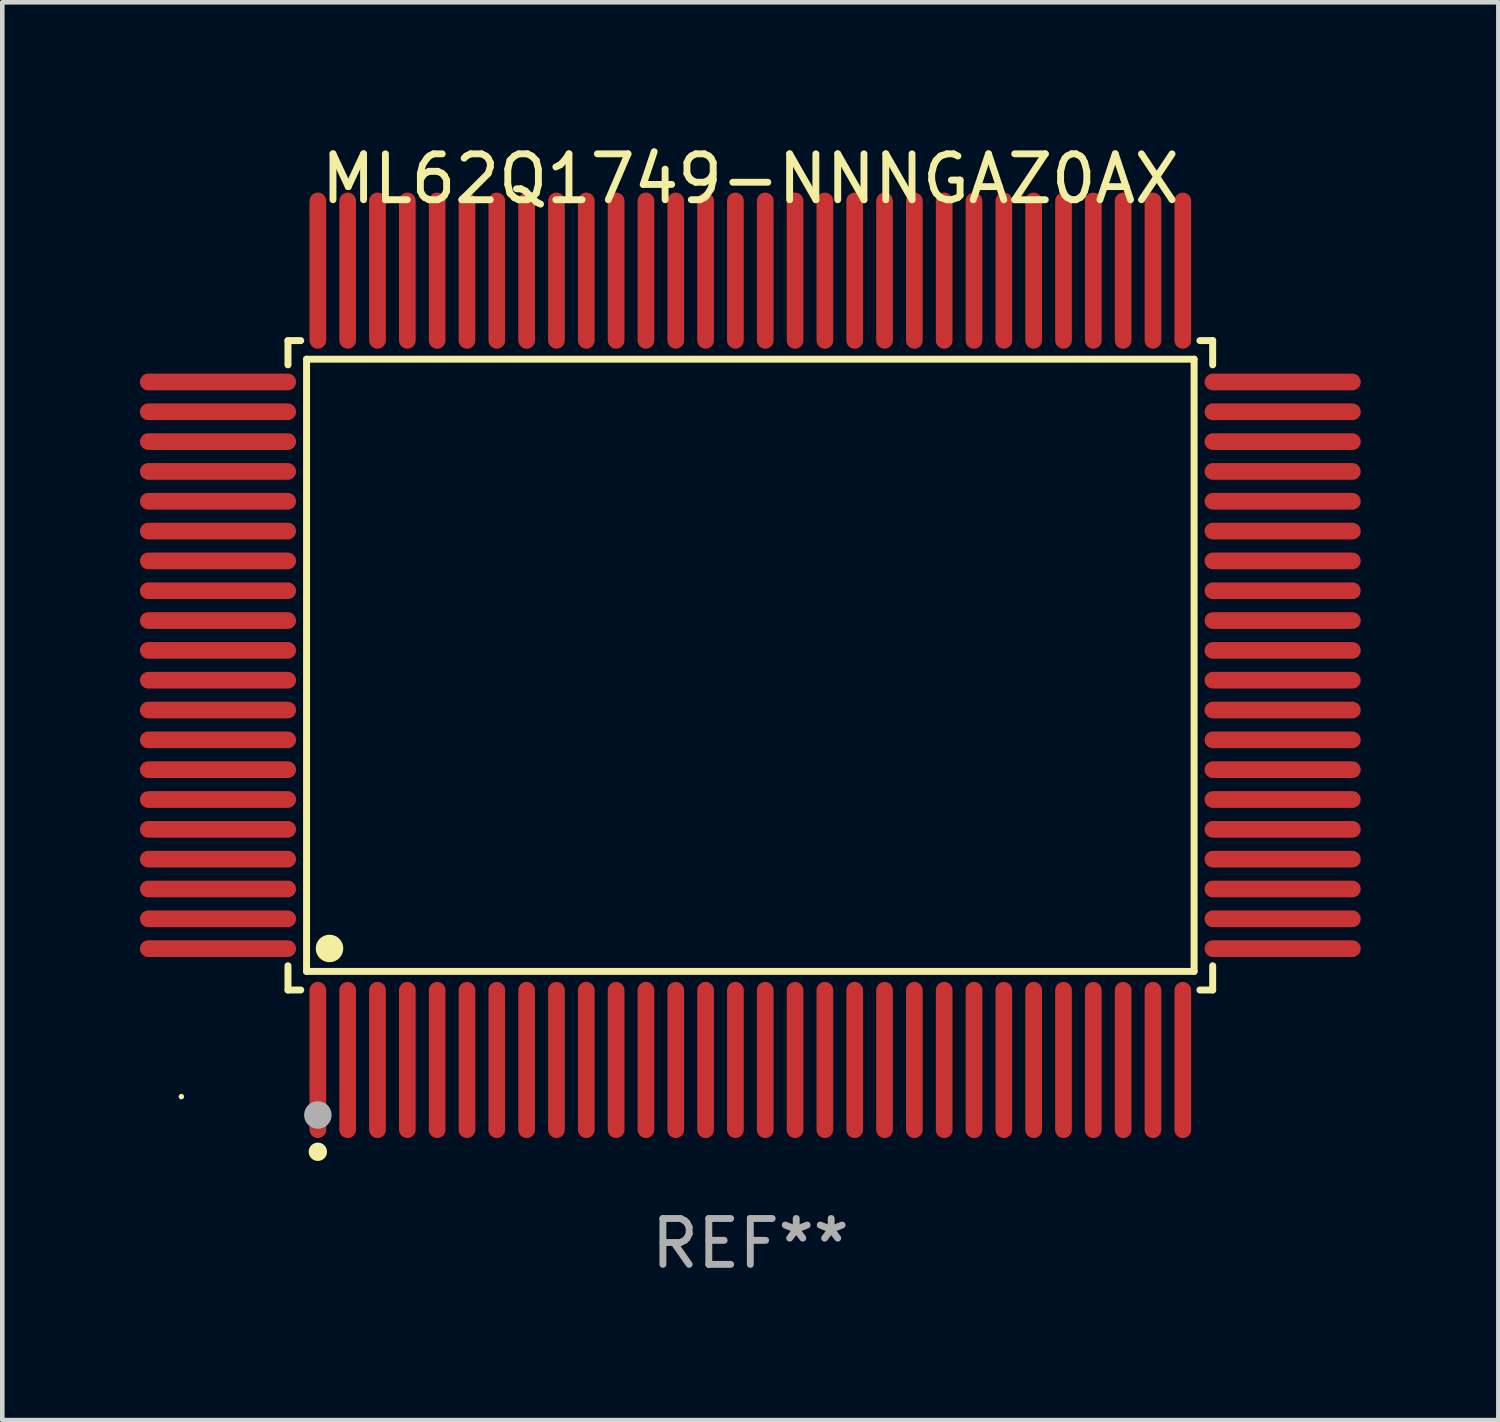
<source format=kicad_pcb>
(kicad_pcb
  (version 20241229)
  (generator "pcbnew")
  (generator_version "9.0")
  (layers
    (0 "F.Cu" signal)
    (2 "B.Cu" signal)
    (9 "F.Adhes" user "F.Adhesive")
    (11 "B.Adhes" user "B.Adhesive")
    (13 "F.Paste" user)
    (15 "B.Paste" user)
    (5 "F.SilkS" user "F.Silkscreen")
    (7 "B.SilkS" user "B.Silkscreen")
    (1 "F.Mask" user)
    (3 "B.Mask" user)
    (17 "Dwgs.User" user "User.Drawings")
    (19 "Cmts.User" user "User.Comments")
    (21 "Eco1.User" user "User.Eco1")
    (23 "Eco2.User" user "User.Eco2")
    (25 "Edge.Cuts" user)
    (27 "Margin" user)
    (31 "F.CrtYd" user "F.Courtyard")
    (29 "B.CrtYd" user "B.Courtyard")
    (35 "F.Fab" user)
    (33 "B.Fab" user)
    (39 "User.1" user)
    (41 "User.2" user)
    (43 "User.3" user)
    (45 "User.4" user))
  (footprint "ML62Q1749-NNNGAZ0AX"
    (layer "F.Cu")
    (at 13.302 11.449)
    (property "Reference" "ML62Q1749-NNNGAZ0AX" (at 0 -10.601 0) (layer "F.SilkS") (effects (font (size 1 1) (thickness 0.15))))
    (attr through_hole)
    (fp_line (start -10.076 -7.076) (end -9.798 -7.076) (stroke (width 0.152) (type solid)) (layer "F.SilkS"))
    (fp_line (start -10.076 -6.548) (end -10.076 -7.076) (stroke (width 0.152) (type solid)) (layer "F.SilkS"))
    (fp_line (start -10.076 6.548) (end -10.076 7.076) (stroke (width 0.152) (type solid)) (layer "F.SilkS"))
    (fp_line (start -10.076 7.076) (end -9.798 7.076) (stroke (width 0.152) (type solid)) (layer "F.SilkS"))
    (fp_line (start -9.671 -6.671) (end 9.671 -6.671) (stroke (width 0.152) (type solid)) (layer "F.SilkS"))
    (fp_line (start -9.671 6.671) (end -9.671 -6.671) (stroke (width 0.152) (type solid)) (layer "F.SilkS"))
    (fp_line (start 9.671 -6.671) (end 9.671 6.671) (stroke (width 0.152) (type solid)) (layer "F.SilkS"))
    (fp_line (start 9.671 6.671) (end -9.671 6.671) (stroke (width 0.152) (type solid)) (layer "F.SilkS"))
    (fp_line (start 10.076 -7.076) (end 9.798 -7.076) (stroke (width 0.152) (type solid)) (layer "F.SilkS"))
    (fp_line (start 10.076 -6.548) (end 10.076 -7.076) (stroke (width 0.152) (type solid)) (layer "F.SilkS"))
    (fp_line (start 10.076 6.548) (end 10.076 7.076) (stroke (width 0.152) (type solid)) (layer "F.SilkS"))
    (fp_line (start 10.076 7.076) (end 9.798 7.076) (stroke (width 0.152) (type solid)) (layer "F.SilkS"))
    (fp_circle (center -12.4 9.4) (end -12.37 9.4) (stroke (width 0.06) (type solid)) (fill no) (layer "F.SilkS"))
    (fp_circle (center -9.425 10.602) (end -9.325 10.602) (stroke (width 0.2) (type solid)) (fill no) (layer "F.SilkS"))
    (fp_circle (center -9.171 6.171) (end -9.021 6.171) (stroke (width 0.3) (type solid)) (fill no) (layer "F.SilkS"))
    (fp_circle (center -9.425 9.8) (end -9.275 9.8) (stroke (width 0.3) (type solid)) (fill no) (layer "F.Fab"))
    (fp_text user "REF**" (at 0 12.601 0) (layer "F.Fab") (effects (font (size 1 1) (thickness 0.15))))
    (pad "1" smd oval (at -9.425 8.601) (size 0.364 3.402) (layers "F.Cu" "F.Mask" "F.Paste"))
    (pad "2" smd oval (at -8.775 8.601) (size 0.364 3.402) (layers "F.Cu" "F.Mask" "F.Paste"))
    (pad "3" smd oval (at -8.125 8.601) (size 0.364 3.402) (layers "F.Cu" "F.Mask" "F.Paste"))
    (pad "4" smd oval (at -7.475 8.601) (size 0.364 3.402) (layers "F.Cu" "F.Mask" "F.Paste"))
    (pad "5" smd oval (at -6.825 8.601) (size 0.364 3.402) (layers "F.Cu" "F.Mask" "F.Paste"))
    (pad "6" smd oval (at -6.175 8.601) (size 0.364 3.402) (layers "F.Cu" "F.Mask" "F.Paste"))
    (pad "7" smd oval (at -5.525 8.601) (size 0.364 3.402) (layers "F.Cu" "F.Mask" "F.Paste"))
    (pad "8" smd oval (at -4.875 8.601) (size 0.364 3.402) (layers "F.Cu" "F.Mask" "F.Paste"))
    (pad "9" smd oval (at -4.225 8.601) (size 0.364 3.402) (layers "F.Cu" "F.Mask" "F.Paste"))
    (pad "10" smd oval (at -3.575 8.601) (size 0.364 3.402) (layers "F.Cu" "F.Mask" "F.Paste"))
    (pad "11" smd oval (at -2.925 8.601) (size 0.364 3.402) (layers "F.Cu" "F.Mask" "F.Paste"))
    (pad "12" smd oval (at -2.275 8.601) (size 0.364 3.402) (layers "F.Cu" "F.Mask" "F.Paste"))
    (pad "13" smd oval (at -1.625 8.601) (size 0.364 3.402) (layers "F.Cu" "F.Mask" "F.Paste"))
    (pad "14" smd oval (at -0.975 8.601) (size 0.364 3.402) (layers "F.Cu" "F.Mask" "F.Paste"))
    (pad "15" smd oval (at -0.325 8.601) (size 0.364 3.402) (layers "F.Cu" "F.Mask" "F.Paste"))
    (pad "16" smd oval (at 0.325 8.601) (size 0.364 3.402) (layers "F.Cu" "F.Mask" "F.Paste"))
    (pad "17" smd oval (at 0.975 8.601) (size 0.364 3.402) (layers "F.Cu" "F.Mask" "F.Paste"))
    (pad "18" smd oval (at 1.625 8.601) (size 0.364 3.402) (layers "F.Cu" "F.Mask" "F.Paste"))
    (pad "19" smd oval (at 2.275 8.601) (size 0.364 3.402) (layers "F.Cu" "F.Mask" "F.Paste"))
    (pad "20" smd oval (at 2.925 8.601) (size 0.364 3.402) (layers "F.Cu" "F.Mask" "F.Paste"))
    (pad "21" smd oval (at 3.575 8.601) (size 0.364 3.402) (layers "F.Cu" "F.Mask" "F.Paste"))
    (pad "22" smd oval (at 4.225 8.601) (size 0.364 3.402) (layers "F.Cu" "F.Mask" "F.Paste"))
    (pad "23" smd oval (at 4.875 8.601) (size 0.364 3.402) (layers "F.Cu" "F.Mask" "F.Paste"))
    (pad "24" smd oval (at 5.525 8.601) (size 0.364 3.402) (layers "F.Cu" "F.Mask" "F.Paste"))
    (pad "25" smd oval (at 6.175 8.601) (size 0.364 3.402) (layers "F.Cu" "F.Mask" "F.Paste"))
    (pad "26" smd oval (at 6.825 8.601) (size 0.364 3.402) (layers "F.Cu" "F.Mask" "F.Paste"))
    (pad "27" smd oval (at 7.475 8.601) (size 0.364 3.402) (layers "F.Cu" "F.Mask" "F.Paste"))
    (pad "28" smd oval (at 8.125 8.601) (size 0.364 3.402) (layers "F.Cu" "F.Mask" "F.Paste"))
    (pad "29" smd oval (at 8.775 8.601) (size 0.364 3.402) (layers "F.Cu" "F.Mask" "F.Paste"))
    (pad "30" smd oval (at 9.425 8.601) (size 0.364 3.402) (layers "F.Cu" "F.Mask" "F.Paste"))
    (pad "31" smd oval (at 11.601 6.175) (size 3.402 0.364) (layers "F.Cu" "F.Mask" "F.Paste"))
    (pad "32" smd oval (at 11.601 5.525) (size 3.402 0.364) (layers "F.Cu" "F.Mask" "F.Paste"))
    (pad "33" smd oval (at 11.601 4.875) (size 3.402 0.364) (layers "F.Cu" "F.Mask" "F.Paste"))
    (pad "34" smd oval (at 11.601 4.225) (size 3.402 0.364) (layers "F.Cu" "F.Mask" "F.Paste"))
    (pad "35" smd oval (at 11.601 3.575) (size 3.402 0.364) (layers "F.Cu" "F.Mask" "F.Paste"))
    (pad "36" smd oval (at 11.601 2.925) (size 3.402 0.364) (layers "F.Cu" "F.Mask" "F.Paste"))
    (pad "37" smd oval (at 11.601 2.275) (size 3.402 0.364) (layers "F.Cu" "F.Mask" "F.Paste"))
    (pad "38" smd oval (at 11.601 1.625) (size 3.402 0.364) (layers "F.Cu" "F.Mask" "F.Paste"))
    (pad "39" smd oval (at 11.601 0.975) (size 3.402 0.364) (layers "F.Cu" "F.Mask" "F.Paste"))
    (pad "40" smd oval (at 11.601 0.325) (size 3.402 0.364) (layers "F.Cu" "F.Mask" "F.Paste"))
    (pad "41" smd oval (at 11.601 -0.325) (size 3.402 0.364) (layers "F.Cu" "F.Mask" "F.Paste"))
    (pad "42" smd oval (at 11.601 -0.975) (size 3.402 0.364) (layers "F.Cu" "F.Mask" "F.Paste"))
    (pad "43" smd oval (at 11.601 -1.625) (size 3.402 0.364) (layers "F.Cu" "F.Mask" "F.Paste"))
    (pad "44" smd oval (at 11.601 -2.275) (size 3.402 0.364) (layers "F.Cu" "F.Mask" "F.Paste"))
    (pad "45" smd oval (at 11.601 -2.925) (size 3.402 0.364) (layers "F.Cu" "F.Mask" "F.Paste"))
    (pad "46" smd oval (at 11.601 -3.575) (size 3.402 0.364) (layers "F.Cu" "F.Mask" "F.Paste"))
    (pad "47" smd oval (at 11.601 -4.225) (size 3.402 0.364) (layers "F.Cu" "F.Mask" "F.Paste"))
    (pad "48" smd oval (at 11.601 -4.875) (size 3.402 0.364) (layers "F.Cu" "F.Mask" "F.Paste"))
    (pad "49" smd oval (at 11.601 -5.525) (size 3.402 0.364) (layers "F.Cu" "F.Mask" "F.Paste"))
    (pad "50" smd oval (at 11.601 -6.175) (size 3.402 0.364) (layers "F.Cu" "F.Mask" "F.Paste"))
    (pad "51" smd oval (at 9.425 -8.601) (size 0.364 3.402) (layers "F.Cu" "F.Mask" "F.Paste"))
    (pad "52" smd oval (at 8.775 -8.601) (size 0.364 3.402) (layers "F.Cu" "F.Mask" "F.Paste"))
    (pad "53" smd oval (at 8.125 -8.601) (size 0.364 3.402) (layers "F.Cu" "F.Mask" "F.Paste"))
    (pad "54" smd oval (at 7.475 -8.601) (size 0.364 3.402) (layers "F.Cu" "F.Mask" "F.Paste"))
    (pad "55" smd oval (at 6.825 -8.601) (size 0.364 3.402) (layers "F.Cu" "F.Mask" "F.Paste"))
    (pad "56" smd oval (at 6.175 -8.601) (size 0.364 3.402) (layers "F.Cu" "F.Mask" "F.Paste"))
    (pad "57" smd oval (at 5.525 -8.601) (size 0.364 3.402) (layers "F.Cu" "F.Mask" "F.Paste"))
    (pad "58" smd oval (at 4.875 -8.601) (size 0.364 3.402) (layers "F.Cu" "F.Mask" "F.Paste"))
    (pad "59" smd oval (at 4.225 -8.601) (size 0.364 3.402) (layers "F.Cu" "F.Mask" "F.Paste"))
    (pad "60" smd oval (at 3.575 -8.601) (size 0.364 3.402) (layers "F.Cu" "F.Mask" "F.Paste"))
    (pad "61" smd oval (at 2.925 -8.601) (size 0.364 3.402) (layers "F.Cu" "F.Mask" "F.Paste"))
    (pad "62" smd oval (at 2.275 -8.601) (size 0.364 3.402) (layers "F.Cu" "F.Mask" "F.Paste"))
    (pad "63" smd oval (at 1.625 -8.601) (size 0.364 3.402) (layers "F.Cu" "F.Mask" "F.Paste"))
    (pad "64" smd oval (at 0.975 -8.601) (size 0.364 3.402) (layers "F.Cu" "F.Mask" "F.Paste"))
    (pad "65" smd oval (at 0.325 -8.601) (size 0.364 3.402) (layers "F.Cu" "F.Mask" "F.Paste"))
    (pad "66" smd oval (at -0.325 -8.601) (size 0.364 3.402) (layers "F.Cu" "F.Mask" "F.Paste"))
    (pad "67" smd oval (at -0.975 -8.601) (size 0.364 3.402) (layers "F.Cu" "F.Mask" "F.Paste"))
    (pad "68" smd oval (at -1.625 -8.601) (size 0.364 3.402) (layers "F.Cu" "F.Mask" "F.Paste"))
    (pad "69" smd oval (at -2.275 -8.601) (size 0.364 3.402) (layers "F.Cu" "F.Mask" "F.Paste"))
    (pad "70" smd oval (at -2.925 -8.601) (size 0.364 3.402) (layers "F.Cu" "F.Mask" "F.Paste"))
    (pad "71" smd oval (at -3.575 -8.601) (size 0.364 3.402) (layers "F.Cu" "F.Mask" "F.Paste"))
    (pad "72" smd oval (at -4.225 -8.601) (size 0.364 3.402) (layers "F.Cu" "F.Mask" "F.Paste"))
    (pad "73" smd oval (at -4.875 -8.601) (size 0.364 3.402) (layers "F.Cu" "F.Mask" "F.Paste"))
    (pad "74" smd oval (at -5.525 -8.601) (size 0.364 3.402) (layers "F.Cu" "F.Mask" "F.Paste"))
    (pad "75" smd oval (at -6.175 -8.601) (size 0.364 3.402) (layers "F.Cu" "F.Mask" "F.Paste"))
    (pad "76" smd oval (at -6.825 -8.601) (size 0.364 3.402) (layers "F.Cu" "F.Mask" "F.Paste"))
    (pad "77" smd oval (at -7.475 -8.601) (size 0.364 3.402) (layers "F.Cu" "F.Mask" "F.Paste"))
    (pad "78" smd oval (at -8.125 -8.601) (size 0.364 3.402) (layers "F.Cu" "F.Mask" "F.Paste"))
    (pad "79" smd oval (at -8.775 -8.601) (size 0.364 3.402) (layers "F.Cu" "F.Mask" "F.Paste"))
    (pad "80" smd oval (at -9.425 -8.601) (size 0.364 3.402) (layers "F.Cu" "F.Mask" "F.Paste"))
    (pad "81" smd oval (at -11.601 -6.175) (size 3.402 0.364) (layers "F.Cu" "F.Mask" "F.Paste"))
    (pad "82" smd oval (at -11.601 -5.525) (size 3.402 0.364) (layers "F.Cu" "F.Mask" "F.Paste"))
    (pad "83" smd oval (at -11.601 -4.875) (size 3.402 0.364) (layers "F.Cu" "F.Mask" "F.Paste"))
    (pad "84" smd oval (at -11.601 -4.225) (size 3.402 0.364) (layers "F.Cu" "F.Mask" "F.Paste"))
    (pad "85" smd oval (at -11.601 -3.575) (size 3.402 0.364) (layers "F.Cu" "F.Mask" "F.Paste"))
    (pad "86" smd oval (at -11.601 -2.925) (size 3.402 0.364) (layers "F.Cu" "F.Mask" "F.Paste"))
    (pad "87" smd oval (at -11.601 -2.275) (size 3.402 0.364) (layers "F.Cu" "F.Mask" "F.Paste"))
    (pad "88" smd oval (at -11.601 -1.625) (size 3.402 0.364) (layers "F.Cu" "F.Mask" "F.Paste"))
    (pad "89" smd oval (at -11.601 -0.975) (size 3.402 0.364) (layers "F.Cu" "F.Mask" "F.Paste"))
    (pad "90" smd oval (at -11.601 -0.325) (size 3.402 0.364) (layers "F.Cu" "F.Mask" "F.Paste"))
    (pad "91" smd oval (at -11.601 0.325) (size 3.402 0.364) (layers "F.Cu" "F.Mask" "F.Paste"))
    (pad "92" smd oval (at -11.601 0.975) (size 3.402 0.364) (layers "F.Cu" "F.Mask" "F.Paste"))
    (pad "93" smd oval (at -11.601 1.625) (size 3.402 0.364) (layers "F.Cu" "F.Mask" "F.Paste"))
    (pad "94" smd oval (at -11.601 2.275) (size 3.402 0.364) (layers "F.Cu" "F.Mask" "F.Paste"))
    (pad "95" smd oval (at -11.601 2.925) (size 3.402 0.364) (layers "F.Cu" "F.Mask" "F.Paste"))
    (pad "96" smd oval (at -11.601 3.575) (size 3.402 0.364) (layers "F.Cu" "F.Mask" "F.Paste"))
    (pad "97" smd oval (at -11.601 4.225) (size 3.402 0.364) (layers "F.Cu" "F.Mask" "F.Paste"))
    (pad "98" smd oval (at -11.601 4.875) (size 3.402 0.364) (layers "F.Cu" "F.Mask" "F.Paste"))
    (pad "99" smd oval (at -11.601 5.525) (size 3.402 0.364) (layers "F.Cu" "F.Mask" "F.Paste"))
    (pad "100" smd oval (at -11.601 6.175) (size 3.402 0.364) (layers "F.Cu" "F.Mask" "F.Paste")))
  (gr_rect
    (start -3 -3)
    (end 29.604 27.898)
    (stroke (width 0.1) (type default))
    (fill no)
    (layer "Edge.Cuts")))
</source>
